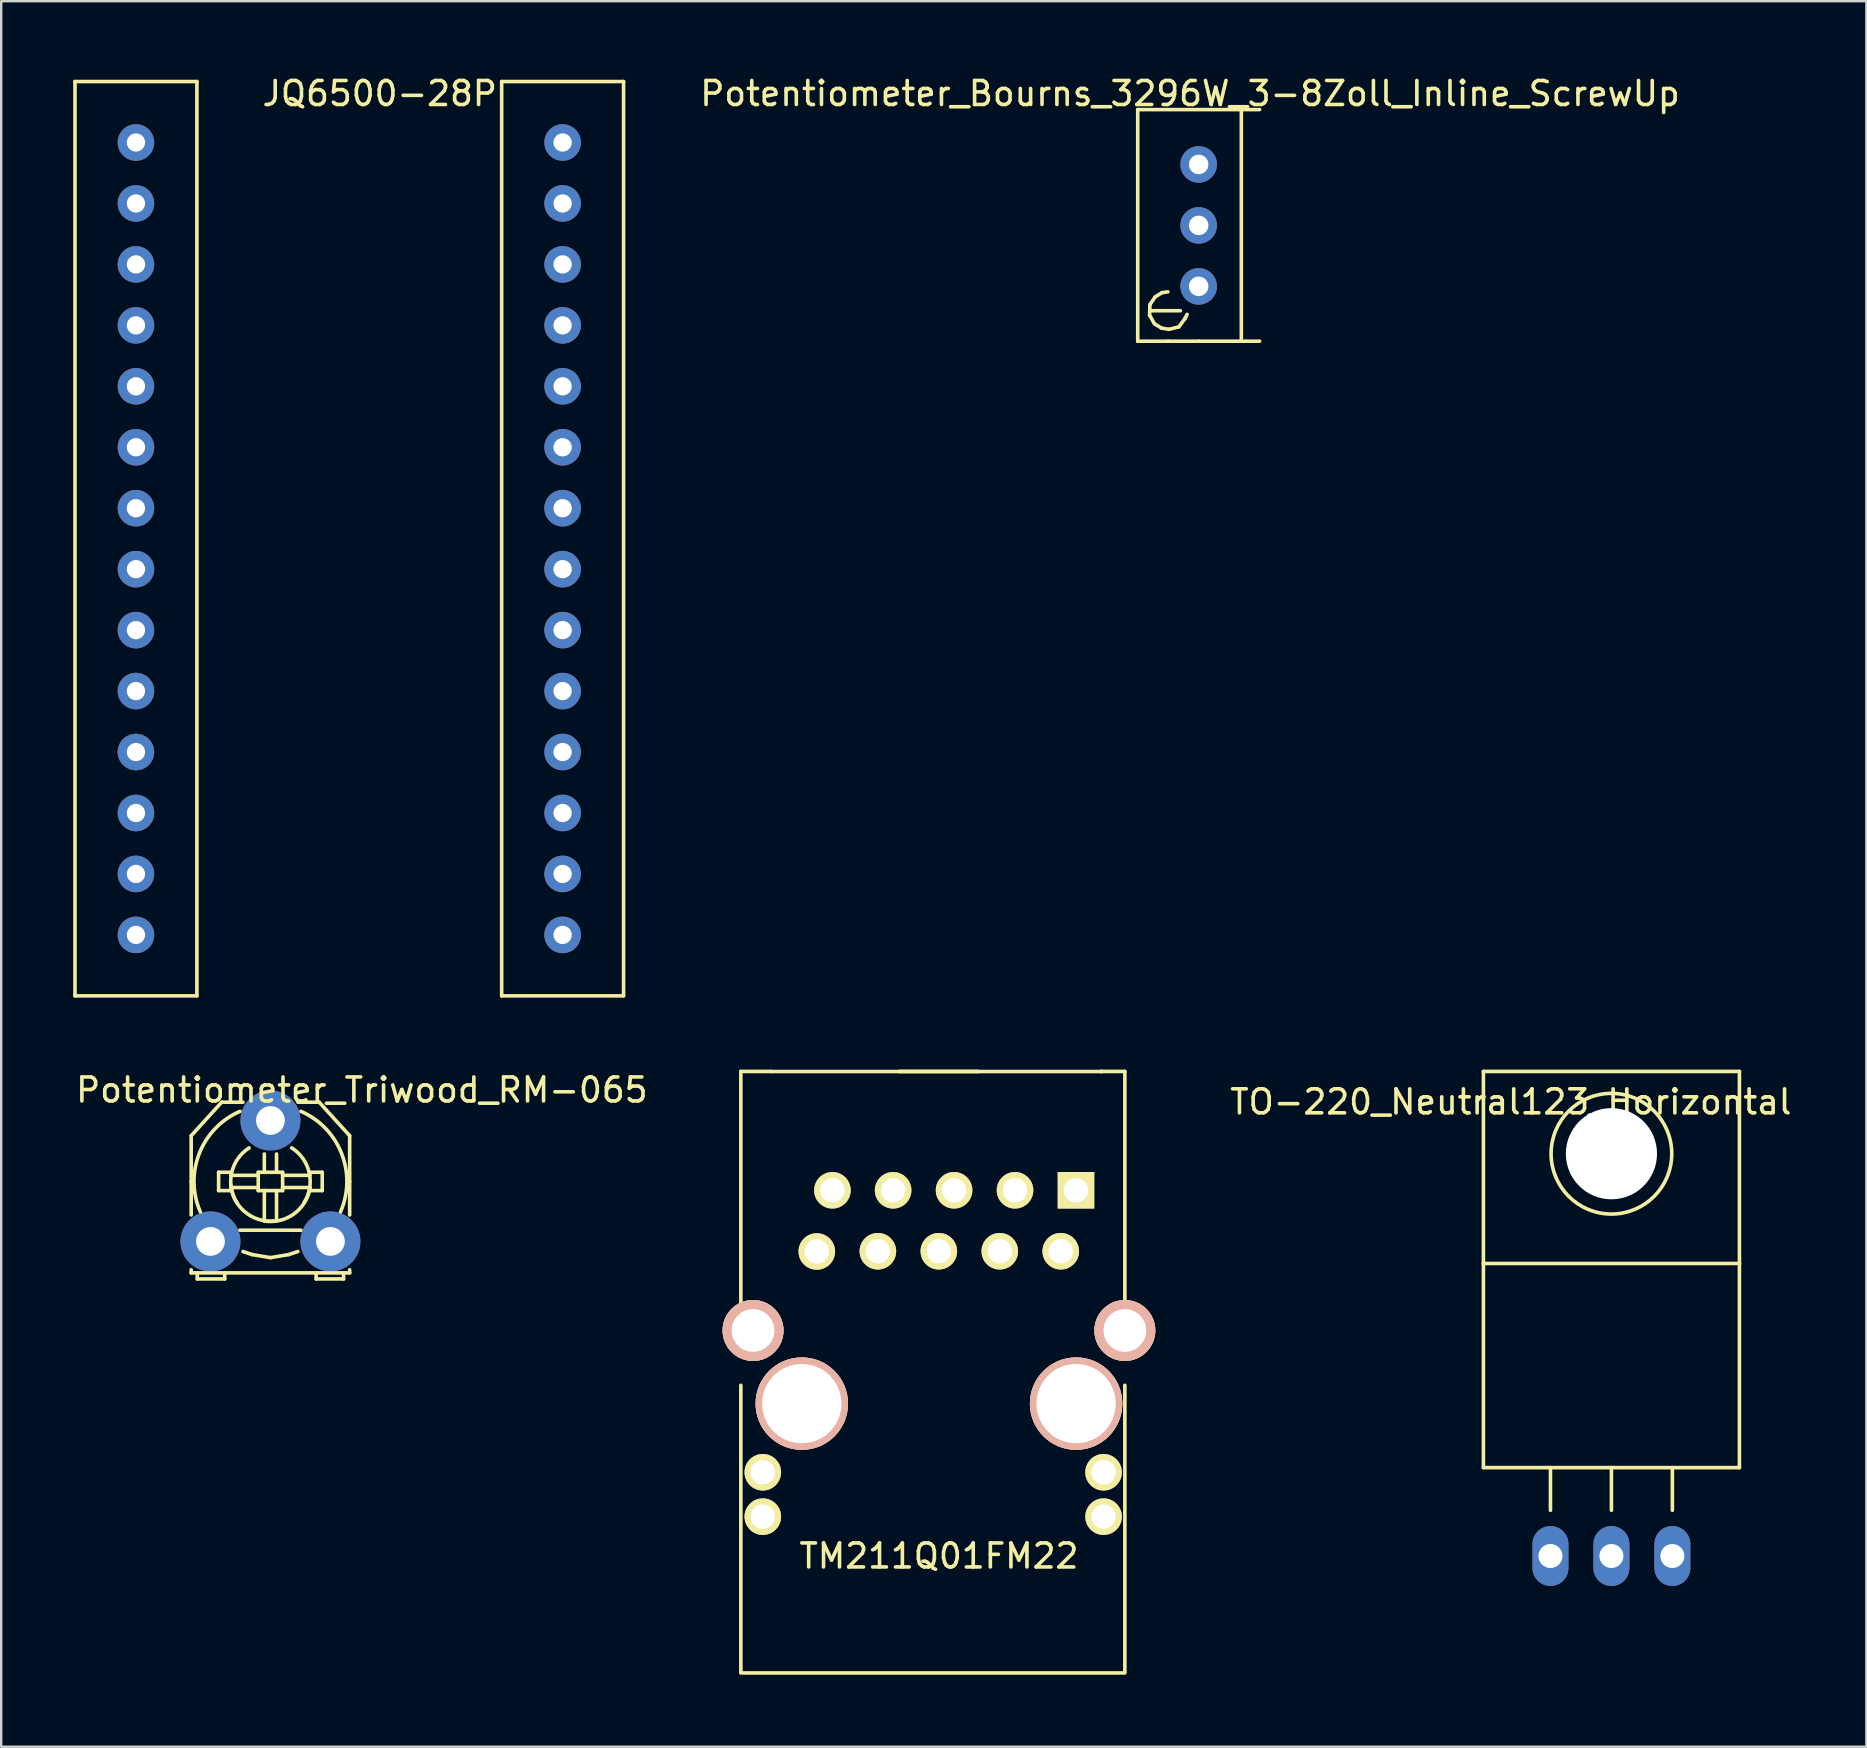
<source format=kicad_pcb>
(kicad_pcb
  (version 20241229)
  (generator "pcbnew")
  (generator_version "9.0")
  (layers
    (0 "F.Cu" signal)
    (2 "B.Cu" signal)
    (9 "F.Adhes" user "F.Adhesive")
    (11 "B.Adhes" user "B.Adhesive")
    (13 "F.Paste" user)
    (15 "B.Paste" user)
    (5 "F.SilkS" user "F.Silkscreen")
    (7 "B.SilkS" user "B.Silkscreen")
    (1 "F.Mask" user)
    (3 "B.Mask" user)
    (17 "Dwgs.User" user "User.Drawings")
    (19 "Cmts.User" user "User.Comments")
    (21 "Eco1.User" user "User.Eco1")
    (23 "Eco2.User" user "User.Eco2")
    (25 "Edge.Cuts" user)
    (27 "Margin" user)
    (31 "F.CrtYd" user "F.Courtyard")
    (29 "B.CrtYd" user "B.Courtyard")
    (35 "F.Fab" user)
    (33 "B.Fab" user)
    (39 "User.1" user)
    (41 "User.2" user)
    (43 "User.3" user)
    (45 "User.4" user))
  (footprint "Potentiometer_Bourns_3296W_3-8Zoll_Inline_ScrewUp"
    (layer "F.Cu")
    (at 46.9 8.882)
    (property "Reference" "Potentiometer_Bourns_3296W_3-8Zoll_Inline_ScrewUp" (at -0.361 -8.034 0) (layer "F.SilkS") (effects (font (size 1 1) (thickness 0.15))))
    (attr through_hole)
    (fp_line (start -2.54 -7.366) (end 2.54 -7.366) (stroke (width 0.15) (type solid)) (layer "F.SilkS"))
    (fp_line (start -2.54 2.286) (end -2.54 -7.366) (stroke (width 0.15) (type solid)) (layer "F.SilkS"))
    (fp_line (start -2.045 1.206) (end -1.841 1.562) (stroke (width 0.15) (type solid)) (layer "F.SilkS"))
    (fp_line (start -2.032 0.762) (end -2.045 1.206) (stroke (width 0.15) (type solid)) (layer "F.SilkS"))
    (fp_line (start -2.032 1.016) (end -0.762 1.016) (stroke (width 0.15) (type solid)) (layer "F.SilkS"))
    (fp_line (start -1.841 1.562) (end -1.549 1.74) (stroke (width 0.15) (type solid)) (layer "F.SilkS"))
    (fp_line (start -1.816 0.445) (end -2.032 0.762) (stroke (width 0.15) (type solid)) (layer "F.SilkS"))
    (fp_line (start -1.549 1.74) (end -1.232 1.791) (stroke (width 0.15) (type solid)) (layer "F.SilkS"))
    (fp_line (start -1.537 0.267) (end -1.816 0.445) (stroke (width 0.15) (type solid)) (layer "F.SilkS"))
    (fp_line (start -1.283 0.229) (end -1.537 0.267) (stroke (width 0.15) (type solid)) (layer "F.SilkS"))
    (fp_line (start -1.27 2.286) (end -2.54 2.286) (stroke (width 0.15) (type solid)) (layer "F.SilkS"))
    (fp_line (start -1.232 1.791) (end -0.826 1.689) (stroke (width 0.15) (type solid)) (layer "F.SilkS"))
    (fp_line (start -0.826 1.689) (end -0.572 1.346) (stroke (width 0.15) (type solid)) (layer "F.SilkS"))
    (fp_line (start -0.572 1.346) (end -0.483 1.168) (stroke (width 0.15) (type solid)) (layer "F.SilkS"))
    (fp_line (start 0 2.286) (end -1.27 2.286) (stroke (width 0.15) (type solid)) (layer "F.SilkS"))
    (fp_line (start 1.778 -7.366) (end 1.778 2.286) (stroke (width 0.15) (type solid)) (layer "F.SilkS"))
    (fp_line (start 2.54 2.286) (end 0 2.286) (stroke (width 0.15) (type solid)) (layer "F.SilkS"))
    (pad "1" thru_hole circle (at 0 0) (size 1.524 1.524) (drill 0.813) (layers "*.Cu" "*.Mask"))
    (pad "2" thru_hole circle (at 0 -2.54) (size 1.524 1.524) (drill 0.813) (layers "*.Cu" "*.Mask"))
    (pad "3" thru_hole circle (at 0 -5.08) (size 1.524 1.524) (drill 0.813) (layers "*.Cu" "*.Mask")))
  (footprint "Potentiometer_Triwood_RM-065"
    (layer "F.Cu")
    (at 5.72 48.681)
    (property "Reference" "Potentiometer_Triwood_RM-065" (at 6.309 -6.309 0) (layer "F.SilkS") (effects (font (size 1 1) (thickness 0.15))))
    (attr through_hole)
    (fp_line (start -0.803 -4.404) (end -0.803 -2.499) (stroke (width 0.15) (type solid)) (layer "F.SilkS"))
    (fp_line (start -0.803 -2.499) (end -0.803 -1.102) (stroke (width 0.15) (type solid)) (layer "F.SilkS"))
    (fp_line (start -0.803 1.311) (end -0.803 1.184) (stroke (width 0.15) (type solid)) (layer "F.SilkS"))
    (fp_line (start -0.803 1.311) (end 5.801 1.311) (stroke (width 0.15) (type solid)) (layer "F.SilkS"))
    (fp_line (start -0.549 1.311) (end -0.549 1.565) (stroke (width 0.15) (type solid)) (layer "F.SilkS"))
    (fp_line (start -0.549 1.565) (end 0.594 1.565) (stroke (width 0.15) (type solid)) (layer "F.SilkS"))
    (fp_line (start 0.34 -2.88) (end 0.34 -2.118) (stroke (width 0.15) (type solid)) (layer "F.SilkS"))
    (fp_line (start 0.34 -2.118) (end 0.848 -2.118) (stroke (width 0.15) (type solid)) (layer "F.SilkS"))
    (fp_line (start 0.467 -5.801) (end -0.803 -4.404) (stroke (width 0.15) (type solid)) (layer "F.SilkS"))
    (fp_line (start 0.594 1.565) (end 0.594 1.311) (stroke (width 0.15) (type solid)) (layer "F.SilkS"))
    (fp_line (start 0.848 -2.88) (end 0.34 -2.88) (stroke (width 0.15) (type solid)) (layer "F.SilkS"))
    (fp_line (start 1.229 -0.467) (end 3.769 -0.467) (stroke (width 0.15) (type solid)) (layer "F.SilkS"))
    (fp_line (start 1.356 -5.801) (end 0.467 -5.801) (stroke (width 0.15) (type solid)) (layer "F.SilkS"))
    (fp_line (start 1.356 0.422) (end 1.737 0.549) (stroke (width 0.15) (type solid)) (layer "F.SilkS"))
    (fp_line (start 1.737 0.549) (end 2.499 0.676) (stroke (width 0.15) (type solid)) (layer "F.SilkS"))
    (fp_line (start 1.991 -2.88) (end 1.991 -2.118) (stroke (width 0.15) (type solid)) (layer "F.SilkS"))
    (fp_line (start 1.991 -2.753) (end 0.848 -2.753) (stroke (width 0.15) (type solid)) (layer "F.SilkS"))
    (fp_line (start 1.991 -2.245) (end 0.848 -2.245) (stroke (width 0.15) (type solid)) (layer "F.SilkS"))
    (fp_line (start 1.991 -2.118) (end 3.007 -2.118) (stroke (width 0.15) (type solid)) (layer "F.SilkS"))
    (fp_line (start 2.245 -2.88) (end 2.245 -3.642) (stroke (width 0.15) (type solid)) (layer "F.SilkS"))
    (fp_line (start 2.245 -2.118) (end 2.245 -0.848) (stroke (width 0.15) (type solid)) (layer "F.SilkS"))
    (fp_line (start 2.499 0.676) (end 3.261 0.549) (stroke (width 0.15) (type solid)) (layer "F.SilkS"))
    (fp_line (start 2.753 -2.88) (end 2.753 -3.642) (stroke (width 0.15) (type solid)) (layer "F.SilkS"))
    (fp_line (start 2.753 -2.118) (end 2.753 -0.848) (stroke (width 0.15) (type solid)) (layer "F.SilkS"))
    (fp_line (start 3.007 -2.88) (end 1.991 -2.88) (stroke (width 0.15) (type solid)) (layer "F.SilkS"))
    (fp_line (start 3.007 -2.753) (end 4.15 -2.753) (stroke (width 0.15) (type solid)) (layer "F.SilkS"))
    (fp_line (start 3.007 -2.245) (end 4.15 -2.245) (stroke (width 0.15) (type solid)) (layer "F.SilkS"))
    (fp_line (start 3.007 -2.118) (end 3.007 -2.88) (stroke (width 0.15) (type solid)) (layer "F.SilkS"))
    (fp_line (start 3.261 0.549) (end 3.642 0.422) (stroke (width 0.15) (type solid)) (layer "F.SilkS"))
    (fp_line (start 4.15 -2.88) (end 4.658 -2.88) (stroke (width 0.15) (type solid)) (layer "F.SilkS"))
    (fp_line (start 4.404 1.565) (end 4.404 1.311) (stroke (width 0.15) (type solid)) (layer "F.SilkS"))
    (fp_line (start 4.531 -5.801) (end 3.642 -5.801) (stroke (width 0.15) (type solid)) (layer "F.SilkS"))
    (fp_line (start 4.531 -5.801) (end 5.801 -4.404) (stroke (width 0.15) (type solid)) (layer "F.SilkS"))
    (fp_line (start 4.658 -2.88) (end 4.658 -2.118) (stroke (width 0.15) (type solid)) (layer "F.SilkS"))
    (fp_line (start 4.658 -2.118) (end 4.15 -2.118) (stroke (width 0.15) (type solid)) (layer "F.SilkS"))
    (fp_line (start 5.547 1.311) (end 5.547 1.565) (stroke (width 0.15) (type solid)) (layer "F.SilkS"))
    (fp_line (start 5.547 1.565) (end 4.404 1.565) (stroke (width 0.15) (type solid)) (layer "F.SilkS"))
    (fp_line (start 5.801 -4.404) (end 5.801 -2.499) (stroke (width 0.15) (type solid)) (layer "F.SilkS"))
    (fp_line (start 5.801 -2.499) (end 5.801 -1.102) (stroke (width 0.15) (type solid)) (layer "F.SilkS"))
    (fp_line (start 5.801 1.311) (end 5.801 1.184) (stroke (width 0.15) (type solid)) (layer "F.SilkS"))
    (fp_arc (start -0.42164 -1.22936) (mid -0.464125 -3.666793) (end 1.22936 -5.42036) (stroke (width 0.15) (type solid)) (layer "F.SilkS"))
    (fp_arc (start 1.10236 -1.61036) (mid 0.882914 -2.85857) (end 1.61036 -3.89636) (stroke (width 0.15) (type solid)) (layer "F.SilkS"))
    (fp_arc (start 2.62636 -0.84836) (mid 1.421729 -1.242124) (end 0.84836 -2.37236) (stroke (width 0.15) (type solid)) (layer "F.SilkS"))
    (fp_arc (start 3.38836 -3.89636) (mid 4.115806 -2.85857) (end 3.89636 -1.61036) (stroke (width 0.15) (type solid)) (layer "F.SilkS"))
    (fp_arc (start 3.76936 -5.42036) (mid 5.462845 -3.666793) (end 5.42036 -1.22936) (stroke (width 0.15) (type solid)) (layer "F.SilkS"))
    (fp_arc (start 4.15036 -2.24536) (mid 3.487188 -1.152322) (end 2.24536 -0.84836) (stroke (width 0.15) (type solid)) (layer "F.SilkS"))
    (pad "1" thru_hole circle (at 0 0) (size 2.499 2.499) (drill 1.199) (layers "*.Cu" "*.Mask"))
    (pad "2" thru_hole circle (at 2.499 -5.039) (size 2.499 2.499) (drill 1.199) (layers "*.Cu" "*.Mask"))
    (pad "3" thru_hole circle (at 4.999 0) (size 2.499 2.499) (drill 1.199) (layers "*.Cu" "*.Mask")))
  (footprint "JQ6500-28P"
    (layer "F.Cu")
    (at 12.775 0.348)
    (property "Reference" "JQ6500-28P" (at 0 0.5 0) (layer "F.SilkS") (effects (font (size 1 1) (thickness 0.15))))
    (attr through_hole)
    (fp_line (start -12.7 0) (end -12.7 38.1) (stroke (width 0.15) (type solid)) (layer "F.SilkS"))
    (fp_line (start -12.7 38.1) (end -7.62 38.1) (stroke (width 0.15) (type solid)) (layer "F.SilkS"))
    (fp_line (start -7.62 0) (end -12.7 0) (stroke (width 0.15) (type solid)) (layer "F.SilkS"))
    (fp_line (start -7.62 38.1) (end -7.62 0) (stroke (width 0.15) (type solid)) (layer "F.SilkS"))
    (fp_line (start 5.08 0) (end 5.08 38.1) (stroke (width 0.15) (type solid)) (layer "F.SilkS"))
    (fp_line (start 5.08 38.1) (end 10.16 38.1) (stroke (width 0.15) (type solid)) (layer "F.SilkS"))
    (fp_line (start 10.16 0) (end 5.08 0) (stroke (width 0.15) (type solid)) (layer "F.SilkS"))
    (fp_line (start 10.16 38.1) (end 10.16 0) (stroke (width 0.15) (type solid)) (layer "F.SilkS"))
    (pad "1" thru_hole circle (at -10.16 2.54) (size 1.524 1.524) (drill 0.762) (layers "*.Cu" "*.Mask"))
    (pad "32" thru_hole circle (at -10.16 5.08) (size 1.524 1.524) (drill 0.762) (layers "*.Cu" "*.Mask"))
    (pad "33" thru_hole circle (at -10.16 7.62) (size 1.524 1.524) (drill 0.762) (layers "*.Cu" "*.Mask"))
    (pad "34" thru_hole circle (at 7.62 2.54) (size 1.524 1.524) (drill 0.762) (layers "*.Cu" "*.Mask"))
    (pad "35" thru_hole circle (at 7.62 5.08) (size 1.524 1.524) (drill 0.762) (layers "*.Cu" "*.Mask"))
    (pad "36" thru_hole circle (at 7.62 7.62) (size 1.524 1.524) (drill 0.762) (layers "*.Cu" "*.Mask"))
    (pad "37" thru_hole circle (at 7.62 10.16) (size 1.524 1.524) (drill 0.762) (layers "*.Cu" "*.Mask"))
    (pad "38" thru_hole circle (at 7.62 12.7) (size 1.524 1.524) (drill 0.762) (layers "*.Cu" "*.Mask"))
    (pad "39" thru_hole circle (at 7.62 15.24) (size 1.524 1.524) (drill 0.762) (layers "*.Cu" "*.Mask"))
    (pad "40" thru_hole circle (at 7.62 17.78) (size 1.524 1.524) (drill 0.762) (layers "*.Cu" "*.Mask"))
    (pad "41" thru_hole circle (at 7.62 20.32) (size 1.524 1.524) (drill 0.762) (layers "*.Cu" "*.Mask"))
    (pad "42" thru_hole circle (at 7.62 22.86) (size 1.524 1.524) (drill 0.762) (layers "*.Cu" "*.Mask"))
    (pad "43" thru_hole circle (at 7.62 25.4) (size 1.524 1.524) (drill 0.762) (layers "*.Cu" "*.Mask"))
    (pad "44" thru_hole circle (at 7.62 27.94) (size 1.524 1.524) (drill 0.762) (layers "*.Cu" "*.Mask"))
    (pad "45" thru_hole circle (at 7.62 30.48) (size 1.524 1.524) (drill 0.762) (layers "*.Cu" "*.Mask"))
    (pad "46" thru_hole circle (at 7.62 33.02) (size 1.524 1.524) (drill 0.762) (layers "*.Cu" "*.Mask"))
    (pad "47" thru_hole circle (at 7.62 35.56) (size 1.524 1.524) (drill 0.762) (layers "*.Cu" "*.Mask"))
    (pad "48" thru_hole circle (at -10.16 35.56) (size 1.524 1.524) (drill 0.762) (layers "*.Cu" "*.Mask"))
    (pad "49" thru_hole circle (at -10.16 33.02) (size 1.524 1.524) (drill 0.762) (layers "*.Cu" "*.Mask"))
    (pad "50" thru_hole circle (at -10.16 30.48) (size 1.524 1.524) (drill 0.762) (layers "*.Cu" "*.Mask"))
    (pad "51" thru_hole circle (at -10.16 27.94) (size 1.524 1.524) (drill 0.762) (layers "*.Cu" "*.Mask"))
    (pad "52" thru_hole circle (at -10.16 25.4) (size 1.524 1.524) (drill 0.762) (layers "*.Cu" "*.Mask"))
    (pad "53" thru_hole circle (at -10.16 22.86) (size 1.524 1.524) (drill 0.762) (layers "*.Cu" "*.Mask"))
    (pad "54" thru_hole circle (at -10.16 20.32) (size 1.524 1.524) (drill 0.762) (layers "*.Cu" "*.Mask"))
    (pad "55" thru_hole circle (at -10.16 17.78) (size 1.524 1.524) (drill 0.762) (layers "*.Cu" "*.Mask"))
    (pad "56" thru_hole circle (at -10.16 15.24) (size 1.524 1.524) (drill 0.762) (layers "*.Cu" "*.Mask"))
    (pad "57" thru_hole circle (at -10.16 12.7) (size 1.524 1.524) (drill 0.762) (layers "*.Cu" "*.Mask"))
    (pad "58" thru_hole circle (at -10.16 10.16) (size 1.524 1.524) (drill 0.762) (layers "*.Cu" "*.Mask")))
  (footprint "TO-220_Neutral123_Horizontal"
    (layer "F.Cu")
    (at 64.1 61.791)
    (property "Reference" "TO-220_Neutral123_Horizontal" (at -4.191 -18.923 0) (layer "F.SilkS") (effects (font (size 1 1) (thickness 0.15))))
    (attr through_hole)
    (fp_line (start -5.334 -20.193) (end -5.334 -12.192) (stroke (width 0.15) (type solid)) (layer "F.SilkS"))
    (fp_line (start -5.334 -12.192) (end -5.334 -3.683) (stroke (width 0.15) (type solid)) (layer "F.SilkS"))
    (fp_line (start -2.54 -3.683) (end -2.54 -1.905) (stroke (width 0.15) (type solid)) (layer "F.SilkS"))
    (fp_line (start 0 -3.683) (end -5.334 -3.683) (stroke (width 0.15) (type solid)) (layer "F.SilkS"))
    (fp_line (start 0 -3.683) (end 0 -1.905) (stroke (width 0.15) (type solid)) (layer "F.SilkS"))
    (fp_line (start 0 -3.683) (end 5.334 -3.683) (stroke (width 0.15) (type solid)) (layer "F.SilkS"))
    (fp_line (start 2.54 -3.683) (end 2.54 -1.905) (stroke (width 0.15) (type solid)) (layer "F.SilkS"))
    (fp_line (start 5.334 -20.193) (end -5.334 -20.193) (stroke (width 0.15) (type solid)) (layer "F.SilkS"))
    (fp_line (start 5.334 -12.192) (end -5.334 -12.192) (stroke (width 0.15) (type solid)) (layer "F.SilkS"))
    (fp_line (start 5.334 -12.192) (end 5.334 -20.193) (stroke (width 0.15) (type solid)) (layer "F.SilkS"))
    (fp_line (start 5.334 -3.683) (end 5.334 -12.192) (stroke (width 0.15) (type solid)) (layer "F.SilkS"))
    (fp_circle (center 0 -16.764) (end 1.778 -14.986) (stroke (width 0.15) (type solid)) (fill no) (layer "F.SilkS"))
    (pad "" np_thru_hole circle (at 0 -16.764 90) (size 3.8 3.8) (drill 3.8) (layers "*.Cu" "*.Mask"))
    (pad "1" thru_hole oval (at -2.54 0 90) (size 2.499 1.501) (drill 1.001) (layers "*.Cu" "*.Mask"))
    (pad "2" thru_hole oval (at 0 0 90) (size 2.499 1.501) (drill 1.001) (layers "*.Cu" "*.Mask"))
    (pad "3" thru_hole oval (at 2.54 0 90) (size 2.499 1.501) (drill 1.001) (layers "*.Cu" "*.Mask")))
  (footprint "TM211Q01FM22"
    (layer "F.Cu")
    (at 39.887 46.551)
    (property "Reference" "TM211Q01FM22" (at -3.81 15.24 0) (layer "F.SilkS") (effects (font (size 1 1) (thickness 0.15))))
    (attr through_hole)
    (fp_line (start -12.065 -4.953) (end -10.795 -4.953) (stroke (width 0.15) (type solid)) (layer "F.SilkS"))
    (fp_line (start -12.065 4.953) (end -12.065 -4.953) (stroke (width 0.15) (type solid)) (layer "F.SilkS"))
    (fp_line (start -12.065 20.066) (end -12.065 8.128) (stroke (width 0.15) (type solid)) (layer "F.SilkS"))
    (fp_line (start -12.065 20.112) (end 3.937 20.112) (stroke (width 0.15) (type solid)) (layer "F.SilkS"))
    (fp_line (start -10.8 -4.95) (end 3 -4.95) (stroke (width 0.15) (type solid)) (layer "F.SilkS"))
    (fp_line (start -5.461 -4.953) (end -2.159 -4.953) (stroke (width 0.15) (type solid)) (layer "F.SilkS"))
    (fp_line (start 3.937 -4.953) (end 2.921 -4.953) (stroke (width 0.15) (type solid)) (layer "F.SilkS"))
    (fp_line (start 3.937 4.953) (end 3.937 -4.953) (stroke (width 0.15) (type solid)) (layer "F.SilkS"))
    (fp_line (start 3.937 20.066) (end 3.937 8.128) (stroke (width 0.15) (type solid)) (layer "F.SilkS"))
    (pad "1" thru_hole rect (at 1.9 0) (size 1.524 1.524) (drill 1.016) (layers "*.Cu" "*.Mask" "F.SilkS"))
    (pad "2" thru_hole circle (at 1.265 2.54) (size 1.524 1.524) (drill 1.016) (layers "*.Cu" "*.Mask" "F.SilkS"))
    (pad "3" thru_hole circle (at -0.64 0) (size 1.524 1.524) (drill 1.016) (layers "*.Cu" "*.Mask" "F.SilkS"))
    (pad "4" thru_hole circle (at -1.275 2.54) (size 1.524 1.524) (drill 1.016) (layers "*.Cu" "*.Mask" "F.SilkS"))
    (pad "5" thru_hole circle (at -3.18 0) (size 1.524 1.524) (drill 1.016) (layers "*.Cu" "*.Mask" "F.SilkS"))
    (pad "6" thru_hole circle (at -3.815 2.54) (size 1.524 1.524) (drill 1.016) (layers "*.Cu" "*.Mask" "F.SilkS"))
    (pad "7" thru_hole circle (at -5.72 0) (size 1.524 1.524) (drill 1.016) (layers "*.Cu" "*.Mask" "F.SilkS"))
    (pad "8" thru_hole circle (at -6.355 2.54) (size 1.524 1.524) (drill 1.016) (layers "*.Cu" "*.Mask" "F.SilkS"))
    (pad "9" thru_hole circle (at -8.25 0) (size 1.524 1.524) (drill 1.016) (layers "*.Cu" "*.Mask" "F.SilkS"))
    (pad "10" thru_hole circle (at -8.9 2.55) (size 1.524 1.524) (drill 1.016) (layers "*.Cu" "*.Mask" "F.SilkS"))
    (pad "11" thru_hole circle (at -11.15 11.75) (size 1.524 1.524) (drill 1.016) (layers "*.Cu" "*.Mask" "F.SilkS"))
    (pad "12" thru_hole circle (at -11.15 13.6) (size 1.524 1.524) (drill 1.016) (layers "*.Cu" "*.Mask" "F.SilkS"))
    (pad "13" thru_hole circle (at 3.05 11.75) (size 1.524 1.524) (drill 1.016) (layers "*.Cu" "*.Mask" "F.SilkS"))
    (pad "14" thru_hole circle (at 3.05 13.6) (size 1.524 1.524) (drill 1.016) (layers "*.Cu" "*.Mask" "F.SilkS"))
    (pad "Hole" thru_hole circle (at -9.525 8.89) (size 3.851 3.851) (drill 3.302) (layers "*.Cu" "*.SilkS" "*.Mask"))
    (pad "Hole" thru_hole circle (at 1.905 8.89) (size 3.851 3.851) (drill 3.302) (layers "*.Cu" "*.SilkS" "*.Mask"))
    (pad "SH1" thru_hole circle (at 3.937 5.842) (size 2.54 2.54) (drill 1.778) (layers "*.Cu" "*.SilkS" "*.Mask"))
    (pad "SH2" thru_hole circle (at -11.557 5.842) (size 2.54 2.54) (drill 1.778) (layers "*.Cu" "*.SilkS" "*.Mask")))
  (gr_rect
    (start -3 -3)
    (end 74.724 69.738)
    (stroke (width 0.1) (type default))
    (fill no)
    (layer "Edge.Cuts")))
</source>
